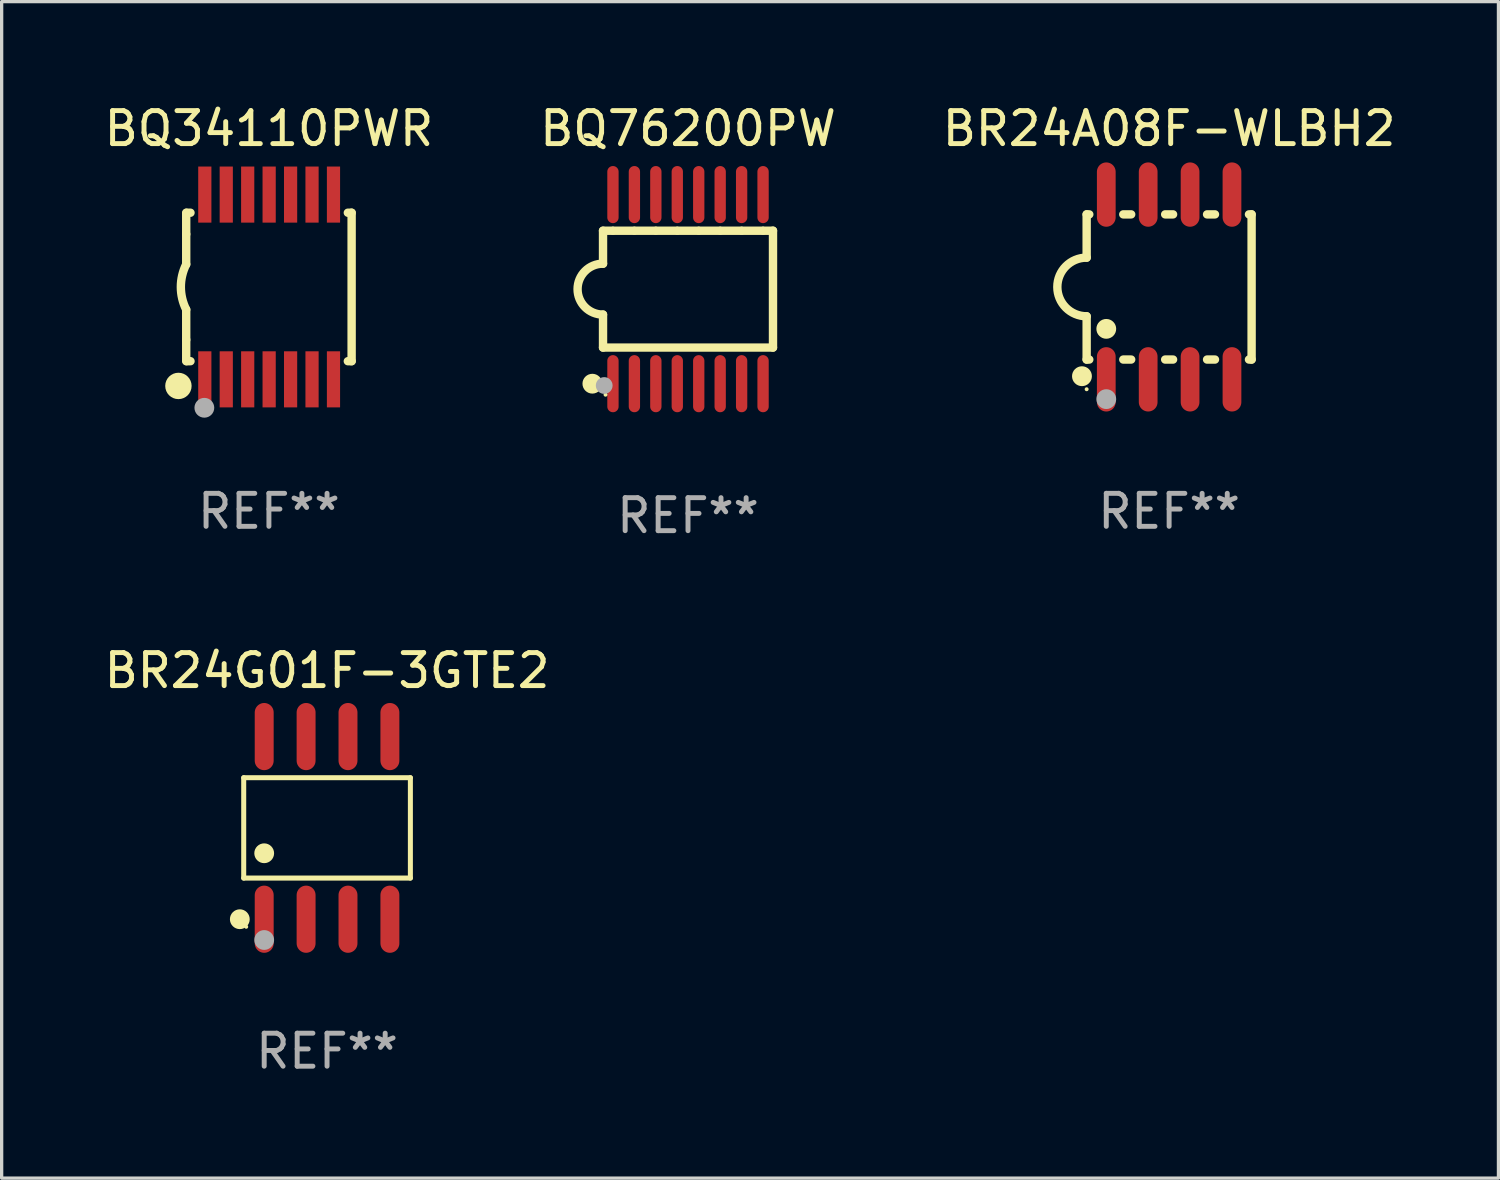
<source format=kicad_pcb>
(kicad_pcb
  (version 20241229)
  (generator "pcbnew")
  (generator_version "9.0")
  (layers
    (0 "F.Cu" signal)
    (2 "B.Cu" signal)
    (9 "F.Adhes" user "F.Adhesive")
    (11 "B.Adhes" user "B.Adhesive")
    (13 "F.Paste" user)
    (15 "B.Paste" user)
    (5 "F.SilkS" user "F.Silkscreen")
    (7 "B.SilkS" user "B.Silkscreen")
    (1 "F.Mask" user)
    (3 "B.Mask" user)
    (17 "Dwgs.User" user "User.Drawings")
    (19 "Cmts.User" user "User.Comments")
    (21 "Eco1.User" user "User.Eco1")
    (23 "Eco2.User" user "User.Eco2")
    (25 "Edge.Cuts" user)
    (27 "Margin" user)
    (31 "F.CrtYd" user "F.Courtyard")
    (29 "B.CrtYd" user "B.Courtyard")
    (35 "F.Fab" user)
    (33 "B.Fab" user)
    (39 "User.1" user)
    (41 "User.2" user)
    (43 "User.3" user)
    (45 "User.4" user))
  (footprint "BQ34110PWR"
    (layer "F.Cu")
    (at 5.101 5.648)
    (property "Reference" "BQ34110PWR" (at 0 -4.8 0) (layer "F.SilkS") (effects (font (size 1 1) (thickness 0.15))))
    (attr through_hole)
    (fp_line (start -2.507 -1.6) (end -2.507 -2.25) (stroke (width 0.254) (type solid)) (layer "F.SilkS"))
    (fp_line (start -2.507 -0.686) (end -2.507 -1.6) (stroke (width 0.254) (type solid)) (layer "F.SilkS"))
    (fp_line (start -2.507 1.6) (end -2.507 0.686) (stroke (width 0.254) (type solid)) (layer "F.SilkS"))
    (fp_line (start -2.507 1.6) (end -2.507 2.25) (stroke (width 0.254) (type solid)) (layer "F.SilkS"))
    (fp_line (start -2.493 -2.25) (end -2.377 -2.25) (stroke (width 0.254) (type solid)) (layer "F.SilkS"))
    (fp_line (start -2.377 2.25) (end -2.493 2.25) (stroke (width 0.254) (type solid)) (layer "F.SilkS"))
    (fp_line (start 2.392 -2.25) (end 2.507 -2.25) (stroke (width 0.254) (type solid)) (layer "F.SilkS"))
    (fp_line (start 2.507 -2.25) (end 2.507 2.25) (stroke (width 0.254) (type solid)) (layer "F.SilkS"))
    (fp_line (start 2.507 2.25) (end 2.392 2.25) (stroke (width 0.254) (type solid)) (layer "F.SilkS"))
    (fp_arc (start -2.507303 0.685802) (mid -2.669199 0) (end -2.507303 -0.685801) (stroke (width 0.254001) (type solid)) (layer "F.SilkS"))
    (fp_circle (center -2.743 3) (end -2.543 3) (stroke (width 0.4) (type solid)) (fill no) (layer "F.SilkS"))
    (fp_circle (center -2.493 3.2) (end -2.463 3.2) (stroke (width 0.06) (type solid)) (fill no) (layer "F.SilkS"))
    (fp_circle (center -1.957 3.662) (end -1.807 3.662) (stroke (width 0.3) (type solid)) (fill no) (layer "F.Fab"))
    (fp_text user "REF**" (at 0 6.8 0) (layer "F.Fab") (effects (font (size 1 1) (thickness 0.15))))
    (pad "1" smd rect (at -1.943 2.8) (size 0.4 1.7) (layers "F.Cu" "F.Mask" "F.Paste"))
    (pad "2" smd rect (at -1.293 2.8) (size 0.4 1.7) (layers "F.Cu" "F.Mask" "F.Paste"))
    (pad "3" smd rect (at -0.643 2.8) (size 0.4 1.7) (layers "F.Cu" "F.Mask" "F.Paste"))
    (pad "4" smd rect (at 0.007 2.8) (size 0.4 1.7) (layers "F.Cu" "F.Mask" "F.Paste"))
    (pad "5" smd rect (at 0.657 2.8) (size 0.4 1.7) (layers "F.Cu" "F.Mask" "F.Paste"))
    (pad "6" smd rect (at 1.307 2.8) (size 0.4 1.7) (layers "F.Cu" "F.Mask" "F.Paste"))
    (pad "7" smd rect (at 1.957 2.8) (size 0.4 1.7) (layers "F.Cu" "F.Mask" "F.Paste"))
    (pad "8" smd rect (at 1.957 -2.8) (size 0.4 1.7) (layers "F.Cu" "F.Mask" "F.Paste"))
    (pad "9" smd rect (at 1.307 -2.8) (size 0.4 1.7) (layers "F.Cu" "F.Mask" "F.Paste"))
    (pad "10" smd rect (at 0.657 -2.8) (size 0.4 1.7) (layers "F.Cu" "F.Mask" "F.Paste"))
    (pad "11" smd rect (at 0.007 -2.8) (size 0.4 1.7) (layers "F.Cu" "F.Mask" "F.Paste"))
    (pad "12" smd rect (at -0.643 -2.8) (size 0.4 1.7) (layers "F.Cu" "F.Mask" "F.Paste"))
    (pad "13" smd rect (at -1.293 -2.8) (size 0.4 1.7) (layers "F.Cu" "F.Mask" "F.Paste"))
    (pad "14" smd rect (at -1.943 -2.8) (size 0.4 1.7) (layers "F.Cu" "F.Mask" "F.Paste")))
  (footprint "BQ76200PW"
    (layer "F.Cu")
    (at 17.804 5.714)
    (property "Reference" "BQ76200PW" (at 0 -4.866 0) (layer "F.SilkS") (effects (font (size 1 1) (thickness 0.15))))
    (attr through_hole)
    (fp_line (start -2.576 -1.771) (end -2.576 -0.771) (stroke (width 0.254) (type solid)) (layer "F.SilkS"))
    (fp_line (start -2.576 -1.771) (end -2.289 -1.771) (stroke (width 0.254) (type solid)) (layer "F.SilkS"))
    (fp_line (start -2.576 1.771) (end -2.576 0.771) (stroke (width 0.254) (type solid)) (layer "F.SilkS"))
    (fp_line (start -2.261 -1.771) (end -1.639 -1.771) (stroke (width 0.254) (type solid)) (layer "F.SilkS"))
    (fp_line (start -1.612 -1.771) (end -0.989 -1.771) (stroke (width 0.254) (type solid)) (layer "F.SilkS"))
    (fp_line (start -0.962 -1.771) (end -0.338 -1.771) (stroke (width 0.254) (type solid)) (layer "F.SilkS"))
    (fp_line (start -0.311 -1.771) (end 0.312 -1.771) (stroke (width 0.254) (type solid)) (layer "F.SilkS"))
    (fp_line (start 0.339 -1.771) (end 0.962 -1.771) (stroke (width 0.254) (type solid)) (layer "F.SilkS"))
    (fp_line (start 0.989 -1.771) (end 1.612 -1.771) (stroke (width 0.254) (type solid)) (layer "F.SilkS"))
    (fp_line (start 1.639 -1.771) (end 2.261 -1.771) (stroke (width 0.254) (type solid)) (layer "F.SilkS"))
    (fp_line (start 2.289 -1.771) (end 2.576 -1.771) (stroke (width 0.254) (type solid)) (layer "F.SilkS"))
    (fp_line (start 2.576 -1.771) (end 2.576 1.771) (stroke (width 0.254) (type solid)) (layer "F.SilkS"))
    (fp_line (start 2.576 1.771) (end -2.576 1.771) (stroke (width 0.254) (type solid)) (layer "F.SilkS"))
    (fp_arc (start -2.576226 0.7714) (mid -3.346889 -0.000648) (end -2.575311 -0.771781) (stroke (width 0.254001) (type solid)) (layer "F.SilkS"))
    (fp_circle (center -2.899 2.866) (end -2.749 2.866) (stroke (width 0.3) (type solid)) (fill no) (layer "F.SilkS"))
    (fp_circle (center -2.5 3.2) (end -2.47 3.2) (stroke (width 0.06) (type solid)) (fill no) (layer "F.SilkS"))
    (fp_circle (center -2.54 2.921) (end -2.413 2.921) (stroke (width 0.254) (type solid)) (fill no) (layer "F.Fab"))
    (fp_text user "REF**" (at 0 6.866 0) (layer "F.Fab") (effects (font (size 1 1) (thickness 0.15))))
    (pad "1" smd oval (at -2.275 2.866) (size 0.343 1.731) (layers "F.Cu" "F.Mask" "F.Paste"))
    (pad "2" smd oval (at -1.625 2.866) (size 0.343 1.731) (layers "F.Cu" "F.Mask" "F.Paste"))
    (pad "3" smd oval (at -0.975 2.866) (size 0.343 1.731) (layers "F.Cu" "F.Mask" "F.Paste"))
    (pad "4" smd oval (at -0.325 2.866) (size 0.343 1.731) (layers "F.Cu" "F.Mask" "F.Paste"))
    (pad "5" smd oval (at 0.325 2.866) (size 0.343 1.731) (layers "F.Cu" "F.Mask" "F.Paste"))
    (pad "6" smd oval (at 0.975 2.866) (size 0.343 1.731) (layers "F.Cu" "F.Mask" "F.Paste"))
    (pad "7" smd oval (at 1.625 2.866) (size 0.343 1.731) (layers "F.Cu" "F.Mask" "F.Paste"))
    (pad "8" smd oval (at 2.275 2.866) (size 0.343 1.731) (layers "F.Cu" "F.Mask" "F.Paste"))
    (pad "9" smd oval (at 2.275 -2.866) (size 0.343 1.731) (layers "F.Cu" "F.Mask" "F.Paste"))
    (pad "10" smd oval (at 1.625 -2.866) (size 0.343 1.731) (layers "F.Cu" "F.Mask" "F.Paste"))
    (pad "11" smd oval (at 0.975 -2.866) (size 0.343 1.731) (layers "F.Cu" "F.Mask" "F.Paste"))
    (pad "12" smd oval (at 0.325 -2.866) (size 0.343 1.731) (layers "F.Cu" "F.Mask" "F.Paste"))
    (pad "13" smd oval (at -0.325 -2.866) (size 0.343 1.731) (layers "F.Cu" "F.Mask" "F.Paste"))
    (pad "14" smd oval (at -0.975 -2.866) (size 0.343 1.731) (layers "F.Cu" "F.Mask" "F.Paste"))
    (pad "15" smd oval (at -1.625 -2.866) (size 0.343 1.731) (layers "F.Cu" "F.Mask" "F.Paste"))
    (pad "16" smd oval (at -2.275 -2.866) (size 0.343 1.731) (layers "F.Cu" "F.Mask" "F.Paste")))
  (footprint "BR24G01F-3GTE2"
    (layer "F.Cu")
    (at 6.863 22.044)
    (property "Reference" "BR24G01F-3GTE2" (at 0 -4.768 0) (layer "F.SilkS") (effects (font (size 1 1) (thickness 0.15))))
    (attr through_hole)
    (fp_line (start -2.526 -1.521) (end 2.526 -1.521) (stroke (width 0.152) (type solid)) (layer "F.SilkS"))
    (fp_line (start -2.526 1.521) (end -2.526 -1.521) (stroke (width 0.152) (type solid)) (layer "F.SilkS"))
    (fp_line (start 2.526 -1.521) (end 2.526 1.521) (stroke (width 0.152) (type solid)) (layer "F.SilkS"))
    (fp_line (start 2.526 1.521) (end -2.526 1.521) (stroke (width 0.152) (type solid)) (layer "F.SilkS"))
    (fp_circle (center -2.644 2.768) (end -2.494 2.768) (stroke (width 0.3) (type solid)) (fill no) (layer "F.SilkS"))
    (fp_circle (center -2.45 2.998) (end -2.42 2.998) (stroke (width 0.06) (type solid)) (fill no) (layer "F.SilkS"))
    (fp_circle (center -1.905 0.769) (end -1.755 0.769) (stroke (width 0.3) (type solid)) (fill no) (layer "F.SilkS"))
    (fp_circle (center -1.905 3.398) (end -1.755 3.398) (stroke (width 0.3) (type solid)) (fill no) (layer "F.Fab"))
    (fp_text user "REF**" (at 0 6.768 0) (layer "F.Fab") (effects (font (size 1 1) (thickness 0.15))))
    (pad "1" smd oval (at -1.905 2.768) (size 0.574 2.036) (layers "F.Cu" "F.Mask" "F.Paste"))
    (pad "2" smd oval (at -0.635 2.768) (size 0.574 2.036) (layers "F.Cu" "F.Mask" "F.Paste"))
    (pad "3" smd oval (at 0.635 2.768) (size 0.574 2.036) (layers "F.Cu" "F.Mask" "F.Paste"))
    (pad "4" smd oval (at 1.905 2.768) (size 0.574 2.036) (layers "F.Cu" "F.Mask" "F.Paste"))
    (pad "5" smd oval (at 1.905 -2.768) (size 0.574 2.036) (layers "F.Cu" "F.Mask" "F.Paste"))
    (pad "6" smd oval (at 0.635 -2.768) (size 0.574 2.036) (layers "F.Cu" "F.Mask" "F.Paste"))
    (pad "7" smd oval (at -0.635 -2.768) (size 0.574 2.036) (layers "F.Cu" "F.Mask" "F.Paste"))
    (pad "8" smd oval (at -1.905 -2.768) (size 0.574 2.036) (layers "F.Cu" "F.Mask" "F.Paste")))
  (footprint "BR24A08F-WLBH2"
    (layer "F.Cu")
    (at 32.387 5.648)
    (property "Reference" "BR24A08F-WLBH2" (at 0 -4.8 0) (layer "F.SilkS") (effects (font (size 1 1) (thickness 0.15))))
    (attr through_hole)
    (fp_line (start -2.5 -2.2) (end -2.5 -0.889) (stroke (width 0.254) (type solid)) (layer "F.SilkS"))
    (fp_line (start -2.5 2.2) (end -2.5 0.889) (stroke (width 0.254) (type solid)) (layer "F.SilkS"))
    (fp_line (start -2.42 -2.2) (end -2.5 -2.2) (stroke (width 0.254) (type solid)) (layer "F.SilkS"))
    (fp_line (start -2.42 2.2) (end -2.5 2.2) (stroke (width 0.254) (type solid)) (layer "F.SilkS"))
    (fp_line (start -1.15 -2.2) (end -1.39 -2.2) (stroke (width 0.254) (type solid)) (layer "F.SilkS"))
    (fp_line (start -1.15 2.2) (end -1.39 2.2) (stroke (width 0.254) (type solid)) (layer "F.SilkS"))
    (fp_line (start 0.12 -2.2) (end -0.12 -2.2) (stroke (width 0.254) (type solid)) (layer "F.SilkS"))
    (fp_line (start 0.12 2.2) (end -0.12 2.2) (stroke (width 0.254) (type solid)) (layer "F.SilkS"))
    (fp_line (start 1.39 -2.2) (end 1.15 -2.2) (stroke (width 0.254) (type solid)) (layer "F.SilkS"))
    (fp_line (start 1.39 2.2) (end 1.15 2.2) (stroke (width 0.254) (type solid)) (layer "F.SilkS"))
    (fp_line (start 2.5 -2.2) (end 2.42 -2.2) (stroke (width 0.254) (type solid)) (layer "F.SilkS"))
    (fp_line (start 2.5 -2.2) (end 2.5 2.2) (stroke (width 0.254) (type solid)) (layer "F.SilkS"))
    (fp_line (start 2.5 2.2) (end 2.42 2.2) (stroke (width 0.254) (type solid)) (layer "F.SilkS"))
    (fp_arc (start -2.5 0.889002) (mid -3.388367 -0.000318) (end -2.499365 -0.889002) (stroke (width 0.254001) (type solid)) (layer "F.SilkS"))
    (fp_circle (center -2.642 2.705) (end -2.491 2.705) (stroke (width 0.3) (type solid)) (fill no) (layer "F.SilkS"))
    (fp_circle (center -2.5 3.1) (end -2.47 3.1) (stroke (width 0.06) (type solid)) (fill no) (layer "F.SilkS"))
    (fp_circle (center -1.905 1.27) (end -1.755 1.27) (stroke (width 0.3) (type solid)) (fill no) (layer "F.SilkS"))
    (fp_circle (center -1.905 3.4) (end -1.755 3.4) (stroke (width 0.3) (type solid)) (fill no) (layer "F.Fab"))
    (fp_text user "REF**" (at 0 6.8 0) (layer "F.Fab") (effects (font (size 1 1) (thickness 0.15))))
    (pad "1" smd oval (at -1.905 2.8) (size 0.568 1.95) (layers "F.Cu" "F.Mask" "F.Paste"))
    (pad "2" smd oval (at -0.635 2.8) (size 0.568 1.95) (layers "F.Cu" "F.Mask" "F.Paste"))
    (pad "3" smd oval (at 0.635 2.8) (size 0.568 1.95) (layers "F.Cu" "F.Mask" "F.Paste"))
    (pad "4" smd oval (at 1.905 2.8) (size 0.568 1.95) (layers "F.Cu" "F.Mask" "F.Paste"))
    (pad "5" smd oval (at 1.905 -2.8) (size 0.568 1.95) (layers "F.Cu" "F.Mask" "F.Paste"))
    (pad "6" smd oval (at 0.635 -2.8) (size 0.568 1.95) (layers "F.Cu" "F.Mask" "F.Paste"))
    (pad "7" smd oval (at -0.635 -2.8) (size 0.568 1.95) (layers "F.Cu" "F.Mask" "F.Paste"))
    (pad "8" smd oval (at -1.905 -2.8) (size 0.568 1.95) (layers "F.Cu" "F.Mask" "F.Paste")))
  (gr_rect
    (start -3 -3)
    (end 42.369 32.66)
    (stroke (width 0.1) (type default))
    (fill no)
    (layer "Edge.Cuts")))
</source>
